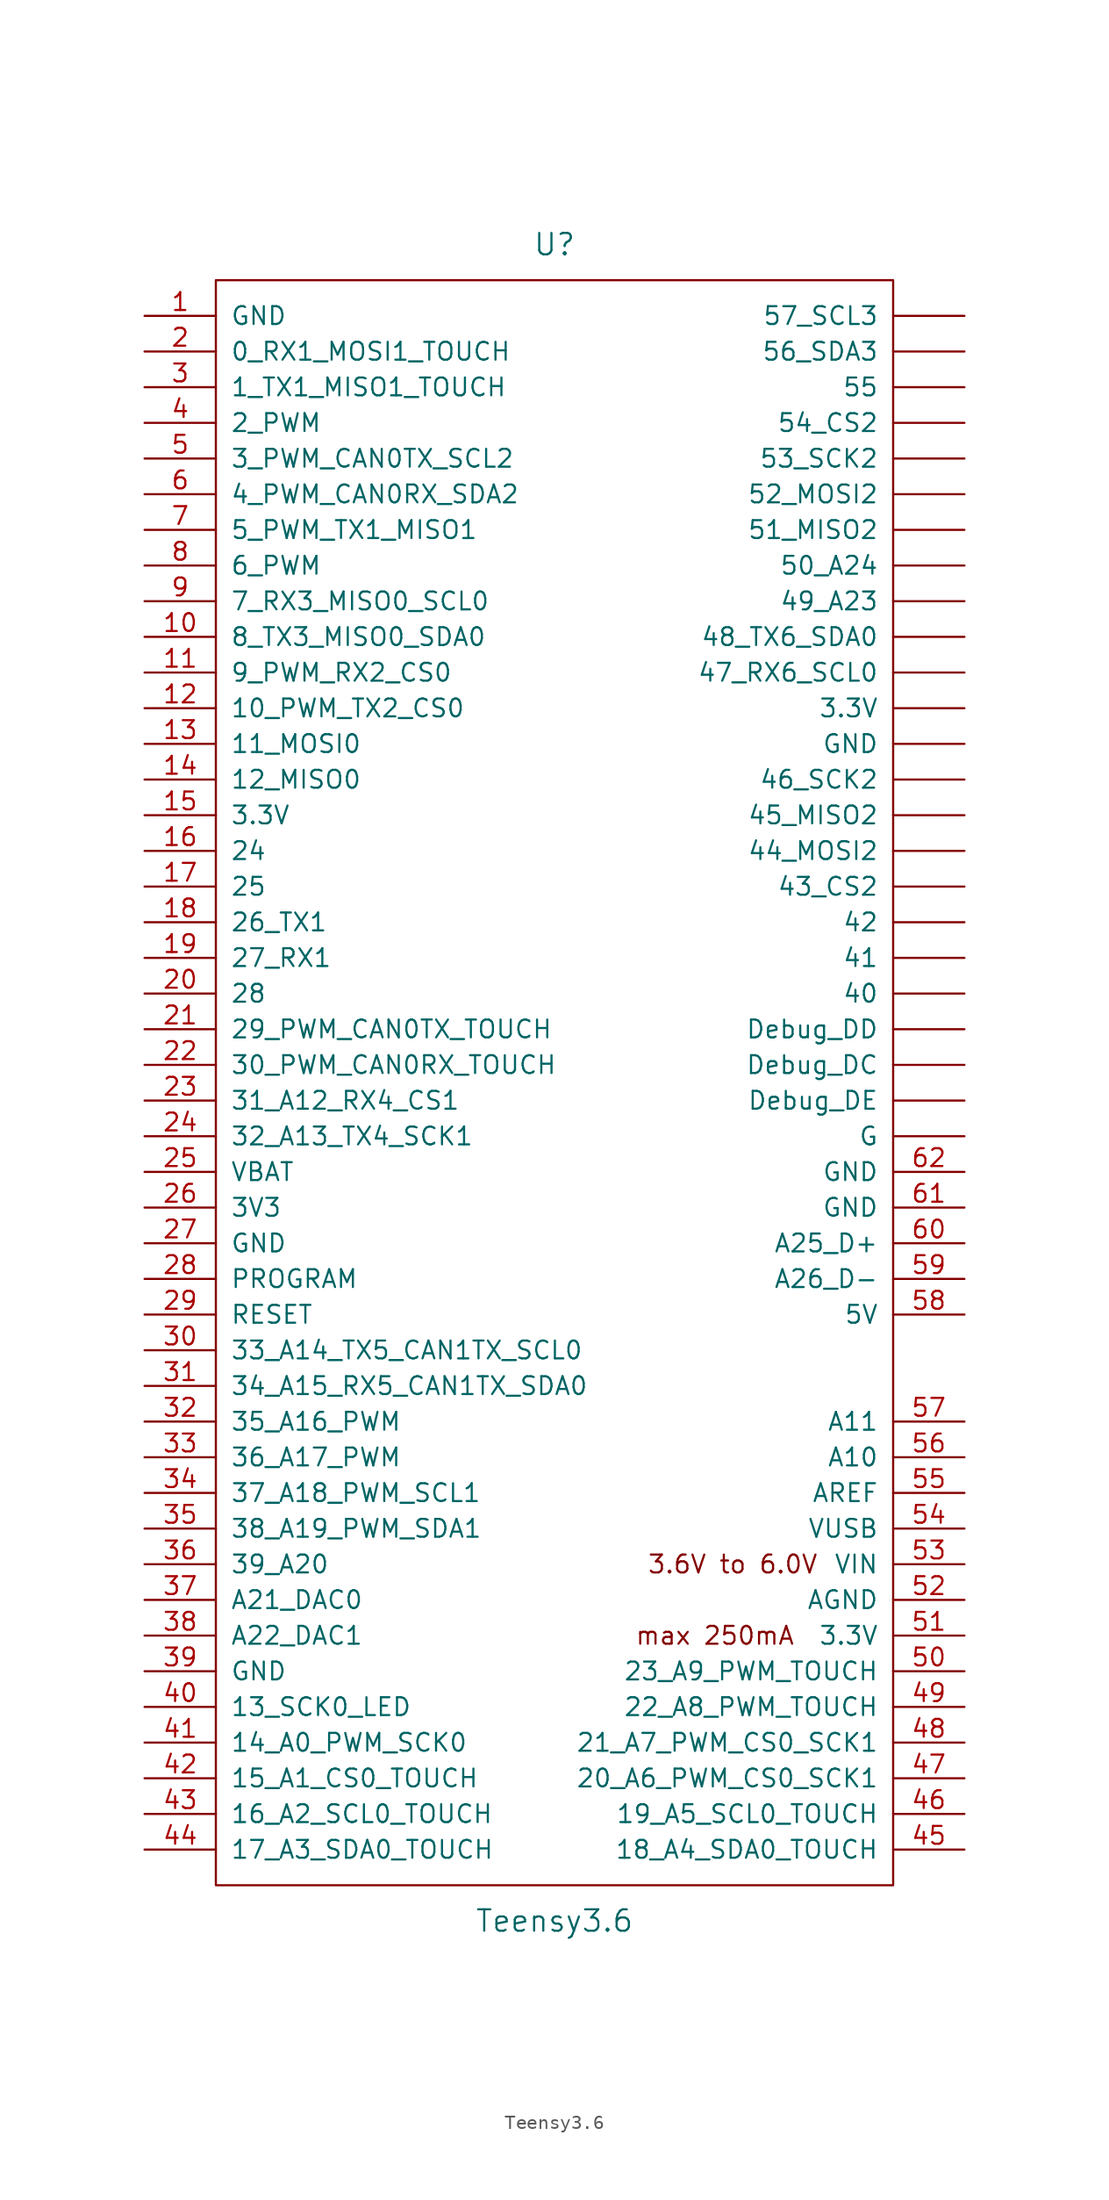
<source format=kicad_sym>
(kicad_symbol_lib
  (version 20211014)
  (generator kicad_symbol_editor)
  (symbol "Teensy3.6"
    (pin_names
      (offset 1.016))
    (property "Reference" "U"
      (at 0 59.69 0)
      (effects (font (size 1.524 1.524))))
    (property "Value" "Teensy3.6"
      (at 0 -59.69 0)
      (effects (font (size 1.524 1.524))))
    (property "Footprint" ""
      (at 0 1.27 0)
      (effects (font (size 1.524 1.524))))
    (property "Datasheet" ""
      (at 0 1.27 0)
      (effects (font (size 1.524 1.524))))
    (symbol "Teensy3.6_0_0"
      (rectangle (start -24.13 57.15) (end 24.13 -57.15) (stroke (width 0) (type default) (color 0 0 0 0)) (fill (type none)))
      (text "3.6V to 6.0V" (at 12.7 -34.29 0) (effects (font (size 1.27 1.27))))
      (text "max 250mA" (at 11.43 -39.37 0) (effects (font (size 1.27 1.27)))))
    (symbol "Teensy3.6_1_1"
      (pin power_in line (at -29.21 54.61 0) (length 5.08) (name "GND" (effects (font (size 1.27 1.27)))) (number "1" (effects (font (size 1.27 1.27)))))
      (pin bidirectional line (at -29.21 31.75 0) (length 5.08) (name "8_TX3_MISO0_SDA0" (effects (font (size 1.27 1.27)))) (number "10" (effects (font (size 1.27 1.27)))))
      (pin bidirectional line (at -29.21 29.21 0) (length 5.08) (name "9_PWM_RX2_CS0" (effects (font (size 1.27 1.27)))) (number "11" (effects (font (size 1.27 1.27)))))
      (pin bidirectional line (at -29.21 26.67 0) (length 5.08) (name "10_PWM_TX2_CS0" (effects (font (size 1.27 1.27)))) (number "12" (effects (font (size 1.27 1.27)))))
      (pin bidirectional line (at -29.21 24.13 0) (length 5.08) (name "11_MOSI0" (effects (font (size 1.27 1.27)))) (number "13" (effects (font (size 1.27 1.27)))))
      (pin bidirectional line (at -29.21 21.59 0) (length 5.08) (name "12_MISO0" (effects (font (size 1.27 1.27)))) (number "14" (effects (font (size 1.27 1.27)))))
      (pin power_in line (at -29.21 19.05 0) (length 5.08) (name "3.3V" (effects (font (size 1.27 1.27)))) (number "15" (effects (font (size 1.27 1.27)))))
      (pin bidirectional line (at -29.21 16.51 0) (length 5.08) (name "24" (effects (font (size 1.27 1.27)))) (number "16" (effects (font (size 1.27 1.27)))))
      (pin bidirectional line (at -29.21 13.97 0) (length 5.08) (name "25" (effects (font (size 1.27 1.27)))) (number "17" (effects (font (size 1.27 1.27)))))
      (pin bidirectional line (at -29.21 11.43 0) (length 5.08) (name "26_TX1" (effects (font (size 1.27 1.27)))) (number "18" (effects (font (size 1.27 1.27)))))
      (pin bidirectional line (at -29.21 8.89 0) (length 5.08) (name "27_RX1" (effects (font (size 1.27 1.27)))) (number "19" (effects (font (size 1.27 1.27)))))
      (pin bidirectional line (at -29.21 52.07 0) (length 5.08) (name "0_RX1_MOSI1_TOUCH" (effects (font (size 1.27 1.27)))) (number "2" (effects (font (size 1.27 1.27)))))
      (pin bidirectional line (at -29.21 6.35 0) (length 5.08) (name "28" (effects (font (size 1.27 1.27)))) (number "20" (effects (font (size 1.27 1.27)))))
      (pin bidirectional line (at -29.21 3.81 0) (length 5.08) (name "29_PWM_CAN0TX_TOUCH" (effects (font (size 1.27 1.27)))) (number "21" (effects (font (size 1.27 1.27)))))
      (pin bidirectional line (at -29.21 1.27 0) (length 5.08) (name "30_PWM_CAN0RX_TOUCH" (effects (font (size 1.27 1.27)))) (number "22" (effects (font (size 1.27 1.27)))))
      (pin bidirectional line (at -29.21 -1.27 0) (length 5.08) (name "31_A12_RX4_CS1" (effects (font (size 1.27 1.27)))) (number "23" (effects (font (size 1.27 1.27)))))
      (pin bidirectional line (at -29.21 -3.81 0) (length 5.08) (name "32_A13_TX4_SCK1" (effects (font (size 1.27 1.27)))) (number "24" (effects (font (size 1.27 1.27)))))
      (pin power_in line (at -29.21 -6.35 0) (length 5.08) (name "VBAT" (effects (font (size 1.27 1.27)))) (number "25" (effects (font (size 1.27 1.27)))))
      (pin power_in line (at -29.21 -8.89 0) (length 5.08) (name "3V3" (effects (font (size 1.27 1.27)))) (number "26" (effects (font (size 1.27 1.27)))))
      (pin power_in line (at -29.21 -11.43 0) (length 5.08) (name "GND" (effects (font (size 1.27 1.27)))) (number "27" (effects (font (size 1.27 1.27)))))
      (pin input line (at -29.21 -13.97 0) (length 5.08) (name "PROGRAM" (effects (font (size 1.27 1.27)))) (number "28" (effects (font (size 1.27 1.27)))))
      (pin input line (at -29.21 -16.51 0) (length 5.08) (name "RESET" (effects (font (size 1.27 1.27)))) (number "29" (effects (font (size 1.27 1.27)))))
      (pin bidirectional line (at -29.21 49.53 0) (length 5.08) (name "1_TX1_MISO1_TOUCH" (effects (font (size 1.27 1.27)))) (number "3" (effects (font (size 1.27 1.27)))))
      (pin bidirectional line (at -29.21 -19.05 0) (length 5.08) (name "33_A14_TX5_CAN1TX_SCL0" (effects (font (size 1.27 1.27)))) (number "30" (effects (font (size 1.27 1.27)))))
      (pin bidirectional line (at -29.21 -21.59 0) (length 5.08) (name "34_A15_RX5_CAN1TX_SDA0" (effects (font (size 1.27 1.27)))) (number "31" (effects (font (size 1.27 1.27)))))
      (pin bidirectional line (at -29.21 -24.13 0) (length 5.08) (name "35_A16_PWM" (effects (font (size 1.27 1.27)))) (number "32" (effects (font (size 1.27 1.27)))))
      (pin bidirectional line (at -29.21 -26.67 0) (length 5.08) (name "36_A17_PWM" (effects (font (size 1.27 1.27)))) (number "33" (effects (font (size 1.27 1.27)))))
      (pin bidirectional line (at -29.21 -29.21 0) (length 5.08) (name "37_A18_PWM_SCL1" (effects (font (size 1.27 1.27)))) (number "34" (effects (font (size 1.27 1.27)))))
      (pin bidirectional line (at -29.21 -31.75 0) (length 5.08) (name "38_A19_PWM_SDA1" (effects (font (size 1.27 1.27)))) (number "35" (effects (font (size 1.27 1.27)))))
      (pin bidirectional line (at -29.21 -34.29 0) (length 5.08) (name "39_A20" (effects (font (size 1.27 1.27)))) (number "36" (effects (font (size 1.27 1.27)))))
      (pin bidirectional line (at -29.21 -36.83 0) (length 5.08) (name "A21_DAC0" (effects (font (size 1.27 1.27)))) (number "37" (effects (font (size 1.27 1.27)))))
      (pin bidirectional line (at -29.21 -39.37 0) (length 5.08) (name "A22_DAC1" (effects (font (size 1.27 1.27)))) (number "38" (effects (font (size 1.27 1.27)))))
      (pin power_in line (at -29.21 -41.91 0) (length 5.08) (name "GND" (effects (font (size 1.27 1.27)))) (number "39" (effects (font (size 1.27 1.27)))))
      (pin bidirectional line (at -29.21 46.99 0) (length 5.08) (name "2_PWM" (effects (font (size 1.27 1.27)))) (number "4" (effects (font (size 1.27 1.27)))))
      (pin bidirectional line (at -29.21 -44.45 0) (length 5.08) (name "13_SCK0_LED" (effects (font (size 1.27 1.27)))) (number "40" (effects (font (size 1.27 1.27)))))
      (pin bidirectional line (at -29.21 -46.99 0) (length 5.08) (name "14_A0_PWM_SCK0" (effects (font (size 1.27 1.27)))) (number "41" (effects (font (size 1.27 1.27)))))
      (pin bidirectional line (at -29.21 -49.53 0) (length 5.08) (name "15_A1_CS0_TOUCH" (effects (font (size 1.27 1.27)))) (number "42" (effects (font (size 1.27 1.27)))))
      (pin bidirectional line (at -29.21 -52.07 0) (length 5.08) (name "16_A2_SCL0_TOUCH" (effects (font (size 1.27 1.27)))) (number "43" (effects (font (size 1.27 1.27)))))
      (pin bidirectional line (at -29.21 -54.61 0) (length 5.08) (name "17_A3_SDA0_TOUCH" (effects (font (size 1.27 1.27)))) (number "44" (effects (font (size 1.27 1.27)))))
      (pin bidirectional line (at 29.21 -54.61 180) (length 5.08) (name "18_A4_SDA0_TOUCH" (effects (font (size 1.27 1.27)))) (number "45" (effects (font (size 1.27 1.27)))))
      (pin bidirectional line (at 29.21 -52.07 180) (length 5.08) (name "19_A5_SCL0_TOUCH" (effects (font (size 1.27 1.27)))) (number "46" (effects (font (size 1.27 1.27)))))
      (pin bidirectional line (at 29.21 -49.53 180) (length 5.08) (name "20_A6_PWM_CS0_SCK1" (effects (font (size 1.27 1.27)))) (number "47" (effects (font (size 1.27 1.27)))))
      (pin bidirectional line (at 29.21 -46.99 180) (length 5.08) (name "21_A7_PWM_CS0_SCK1" (effects (font (size 1.27 1.27)))) (number "48" (effects (font (size 1.27 1.27)))))
      (pin bidirectional line (at 29.21 -44.45 180) (length 5.08) (name "22_A8_PWM_TOUCH" (effects (font (size 1.27 1.27)))) (number "49" (effects (font (size 1.27 1.27)))))
      (pin bidirectional line (at -29.21 44.45 0) (length 5.08) (name "3_PWM_CAN0TX_SCL2" (effects (font (size 1.27 1.27)))) (number "5" (effects (font (size 1.27 1.27)))))
      (pin bidirectional line (at 29.21 -41.91 180) (length 5.08) (name "23_A9_PWM_TOUCH" (effects (font (size 1.27 1.27)))) (number "50" (effects (font (size 1.27 1.27)))))
      (pin power_out line (at 29.21 -39.37 180) (length 5.08) (name "3.3V" (effects (font (size 1.27 1.27)))) (number "51" (effects (font (size 1.27 1.27)))))
      (pin power_out line (at 29.21 -36.83 180) (length 5.08) (name "AGND" (effects (font (size 1.27 1.27)))) (number "52" (effects (font (size 1.27 1.27)))))
      (pin power_in line (at 29.21 -34.29 180) (length 5.08) (name "VIN" (effects (font (size 1.27 1.27)))) (number "53" (effects (font (size 1.27 1.27)))))
      (pin power_in line (at 29.21 -31.75 180) (length 5.08) (name "VUSB" (effects (font (size 1.27 1.27)))) (number "54" (effects (font (size 1.27 1.27)))))
      (pin input line (at 29.21 -29.21 180) (length 5.08) (name "AREF" (effects (font (size 1.27 1.27)))) (number "55" (effects (font (size 1.27 1.27)))))
      (pin bidirectional line (at 29.21 -26.67 180) (length 5.08) (name "A10" (effects (font (size 1.27 1.27)))) (number "56" (effects (font (size 1.27 1.27)))))
      (pin bidirectional line (at 29.21 -24.13 180) (length 5.08) (name "A11" (effects (font (size 1.27 1.27)))) (number "57" (effects (font (size 1.27 1.27)))))
      (pin power_in line (at 29.21 -16.51 180) (length 5.08) (name "5V" (effects (font (size 1.27 1.27)))) (number "58" (effects (font (size 1.27 1.27)))))
      (pin bidirectional line (at 29.21 -13.97 180) (length 5.08) (name "A26_D-" (effects (font (size 1.27 1.27)))) (number "59" (effects (font (size 1.27 1.27)))))
      (pin bidirectional line (at -29.21 41.91 0) (length 5.08) (name "4_PWM_CAN0RX_SDA2" (effects (font (size 1.27 1.27)))) (number "6" (effects (font (size 1.27 1.27)))))
      (pin bidirectional line (at 29.21 -11.43 180) (length 5.08) (name "A25_D+" (effects (font (size 1.27 1.27)))) (number "60" (effects (font (size 1.27 1.27)))))
      (pin power_in line (at 29.21 -8.89 180) (length 5.08) (name "GND" (effects (font (size 1.27 1.27)))) (number "61" (effects (font (size 1.27 1.27)))))
      (pin power_in line (at 29.21 -6.35 180) (length 5.08) (name "GND" (effects (font (size 1.27 1.27)))) (number "62" (effects (font (size 1.27 1.27)))))
      (pin bidirectional line (at -29.21 39.37 0) (length 5.08) (name "5_PWM_TX1_MISO1" (effects (font (size 1.27 1.27)))) (number "7" (effects (font (size 1.27 1.27)))))
      (pin bidirectional line (at -29.21 36.83 0) (length 5.08) (name "6_PWM" (effects (font (size 1.27 1.27)))) (number "8" (effects (font (size 1.27 1.27)))))
      (pin bidirectional line (at -29.21 34.29 0) (length 5.08) (name "7_RX3_MISO0_SCL0" (effects (font (size 1.27 1.27)))) (number "9" (effects (font (size 1.27 1.27)))))
      (pin power_in line (at 29.21 26.67 180) (length 5.08) (name "3.3V" (effects (font (size 1.27 1.27)))) (number "~" (effects (font (size 1.27 1.27)))))
      (pin bidirectional line (at 29.21 6.35 180) (length 5.08) (name "40" (effects (font (size 1.27 1.27)))) (number "~" (effects (font (size 1.27 1.27)))))
      (pin bidirectional line (at 29.21 8.89 180) (length 5.08) (name "41" (effects (font (size 1.27 1.27)))) (number "~" (effects (font (size 1.27 1.27)))))
      (pin bidirectional line (at 29.21 11.43 180) (length 5.08) (name "42" (effects (font (size 1.27 1.27)))) (number "~" (effects (font (size 1.27 1.27)))))
      (pin bidirectional line (at 29.21 13.97 180) (length 5.08) (name "43_CS2" (effects (font (size 1.27 1.27)))) (number "~" (effects (font (size 1.27 1.27)))))
      (pin bidirectional line (at 29.21 16.51 180) (length 5.08) (name "44_MOSI2" (effects (font (size 1.27 1.27)))) (number "~" (effects (font (size 1.27 1.27)))))
      (pin bidirectional line (at 29.21 19.05 180) (length 5.08) (name "45_MISO2" (effects (font (size 1.27 1.27)))) (number "~" (effects (font (size 1.27 1.27)))))
      (pin bidirectional line (at 29.21 21.59 180) (length 5.08) (name "46_SCK2" (effects (font (size 1.27 1.27)))) (number "~" (effects (font (size 1.27 1.27)))))
      (pin bidirectional line (at 29.21 29.21 180) (length 5.08) (name "47_RX6_SCL0" (effects (font (size 1.27 1.27)))) (number "~" (effects (font (size 1.27 1.27)))))
      (pin bidirectional line (at 29.21 31.75 180) (length 5.08) (name "48_TX6_SDA0" (effects (font (size 1.27 1.27)))) (number "~" (effects (font (size 1.27 1.27)))))
      (pin bidirectional line (at 29.21 34.29 180) (length 5.08) (name "49_A23" (effects (font (size 1.27 1.27)))) (number "~" (effects (font (size 1.27 1.27)))))
      (pin bidirectional line (at 29.21 36.83 180) (length 5.08) (name "50_A24" (effects (font (size 1.27 1.27)))) (number "~" (effects (font (size 1.27 1.27)))))
      (pin bidirectional line (at 29.21 39.37 180) (length 5.08) (name "51_MISO2" (effects (font (size 1.27 1.27)))) (number "~" (effects (font (size 1.27 1.27)))))
      (pin bidirectional line (at 29.21 41.91 180) (length 5.08) (name "52_MOSI2" (effects (font (size 1.27 1.27)))) (number "~" (effects (font (size 1.27 1.27)))))
      (pin bidirectional line (at 29.21 44.45 180) (length 5.08) (name "53_SCK2" (effects (font (size 1.27 1.27)))) (number "~" (effects (font (size 1.27 1.27)))))
      (pin bidirectional line (at 29.21 46.99 180) (length 5.08) (name "54_CS2" (effects (font (size 1.27 1.27)))) (number "~" (effects (font (size 1.27 1.27)))))
      (pin bidirectional line (at 29.21 49.53 180) (length 5.08) (name "55" (effects (font (size 1.27 1.27)))) (number "~" (effects (font (size 1.27 1.27)))))
      (pin bidirectional line (at 29.21 52.07 180) (length 5.08) (name "56_SDA3" (effects (font (size 1.27 1.27)))) (number "~" (effects (font (size 1.27 1.27)))))
      (pin bidirectional line (at 29.21 54.61 180) (length 5.08) (name "57_SCL3" (effects (font (size 1.27 1.27)))) (number "~" (effects (font (size 1.27 1.27)))))
      (pin input line (at 29.21 1.27 180) (length 5.08) (name "Debug_DC" (effects (font (size 1.27 1.27)))) (number "~" (effects (font (size 1.27 1.27)))))
      (pin input line (at 29.21 3.81 180) (length 5.08) (name "Debug_DD" (effects (font (size 1.27 1.27)))) (number "~" (effects (font (size 1.27 1.27)))))
      (pin input line (at 29.21 -1.27 180) (length 5.08) (name "Debug_DE" (effects (font (size 1.27 1.27)))) (number "~" (effects (font (size 1.27 1.27)))))
      (pin power_in line (at 29.21 -3.81 180) (length 5.08) (name "G" (effects (font (size 1.27 1.27)))) (number "~" (effects (font (size 1.27 1.27)))))
      (pin power_in line (at 29.21 24.13 180) (length 5.08) (name "GND" (effects (font (size 1.27 1.27)))) (number "~" (effects (font (size 1.27 1.27))))))))
</source>
